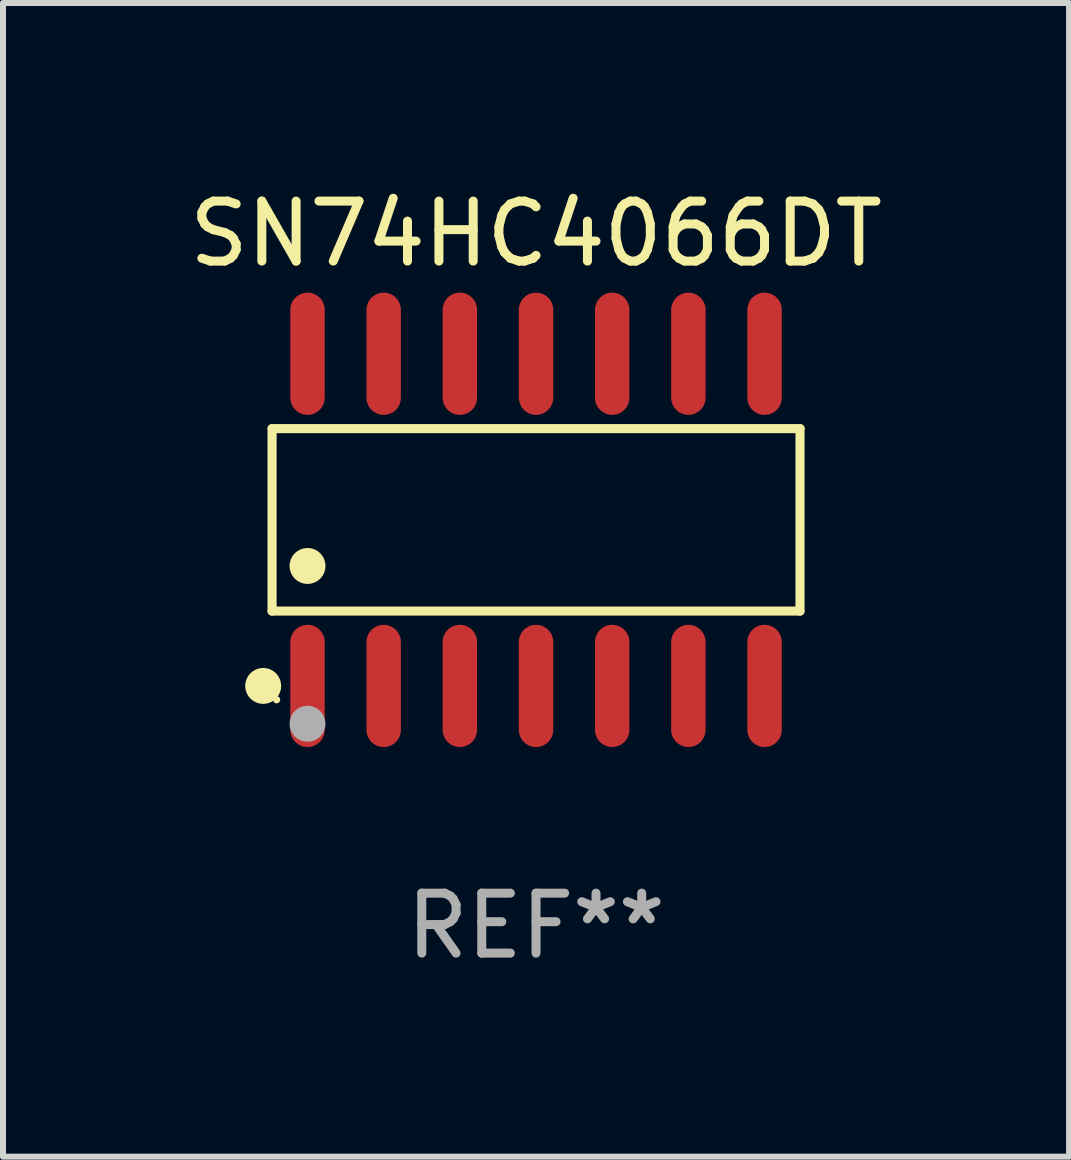
<source format=kicad_pcb>
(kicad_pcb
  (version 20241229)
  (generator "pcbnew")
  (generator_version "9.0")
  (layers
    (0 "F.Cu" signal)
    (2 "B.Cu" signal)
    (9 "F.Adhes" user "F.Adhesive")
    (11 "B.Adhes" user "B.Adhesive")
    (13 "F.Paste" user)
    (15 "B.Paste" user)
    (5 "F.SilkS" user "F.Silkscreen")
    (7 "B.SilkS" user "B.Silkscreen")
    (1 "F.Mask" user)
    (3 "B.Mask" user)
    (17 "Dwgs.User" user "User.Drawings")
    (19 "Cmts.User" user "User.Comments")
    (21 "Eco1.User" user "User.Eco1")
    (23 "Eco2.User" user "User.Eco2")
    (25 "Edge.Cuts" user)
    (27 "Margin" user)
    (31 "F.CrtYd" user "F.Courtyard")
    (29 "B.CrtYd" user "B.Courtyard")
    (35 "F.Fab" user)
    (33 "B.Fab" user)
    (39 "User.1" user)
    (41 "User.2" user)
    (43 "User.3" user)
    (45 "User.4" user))
  (footprint "SN74HC4066DT"
    (layer "F.Cu")
    (at 5.887 5.617)
    (property "Reference" "SN74HC4066DT" (at 0 -4.769 0) (layer "F.SilkS") (effects (font (size 1 1) (thickness 0.15))))
    (attr through_hole)
    (fp_line (start -4.401 -1.521) (end 4.401 -1.521) (stroke (width 0.152) (type solid)) (layer "F.SilkS"))
    (fp_line (start -4.401 1.521) (end -4.401 -1.521) (stroke (width 0.152) (type solid)) (layer "F.SilkS"))
    (fp_line (start 4.401 -1.521) (end 4.401 1.521) (stroke (width 0.152) (type solid)) (layer "F.SilkS"))
    (fp_line (start 4.401 1.521) (end -4.401 1.521) (stroke (width 0.152) (type solid)) (layer "F.SilkS"))
    (fp_circle (center -4.549 2.769) (end -4.399 2.769) (stroke (width 0.3) (type solid)) (fill no) (layer "F.SilkS"))
    (fp_circle (center -4.325 3) (end -4.295 3) (stroke (width 0.06) (type solid)) (fill no) (layer "F.SilkS"))
    (fp_circle (center -3.81 0.769) (end -3.66 0.769) (stroke (width 0.3) (type solid)) (fill no) (layer "F.SilkS"))
    (fp_circle (center -3.81 3.4) (end -3.66 3.4) (stroke (width 0.3) (type solid)) (fill no) (layer "F.Fab"))
    (fp_text user "REF**" (at 0 6.769 0) (layer "F.Fab") (effects (font (size 1 1) (thickness 0.15))))
    (pad "1" smd oval (at -3.81 2.769) (size 0.574 2.038) (layers "F.Cu" "F.Mask" "F.Paste"))
    (pad "2" smd oval (at -2.54 2.769) (size 0.574 2.038) (layers "F.Cu" "F.Mask" "F.Paste"))
    (pad "3" smd oval (at -1.27 2.769) (size 0.574 2.038) (layers "F.Cu" "F.Mask" "F.Paste"))
    (pad "4" smd oval (at 0 2.769) (size 0.574 2.038) (layers "F.Cu" "F.Mask" "F.Paste"))
    (pad "5" smd oval (at 1.27 2.769) (size 0.574 2.038) (layers "F.Cu" "F.Mask" "F.Paste"))
    (pad "6" smd oval (at 2.54 2.769) (size 0.574 2.038) (layers "F.Cu" "F.Mask" "F.Paste"))
    (pad "7" smd oval (at 3.81 2.769) (size 0.574 2.038) (layers "F.Cu" "F.Mask" "F.Paste"))
    (pad "8" smd oval (at 3.81 -2.769) (size 0.574 2.038) (layers "F.Cu" "F.Mask" "F.Paste"))
    (pad "9" smd oval (at 2.54 -2.769) (size 0.574 2.038) (layers "F.Cu" "F.Mask" "F.Paste"))
    (pad "10" smd oval (at 1.27 -2.769) (size 0.574 2.038) (layers "F.Cu" "F.Mask" "F.Paste"))
    (pad "11" smd oval (at 0 -2.769) (size 0.574 2.038) (layers "F.Cu" "F.Mask" "F.Paste"))
    (pad "12" smd oval (at -1.27 -2.769) (size 0.574 2.038) (layers "F.Cu" "F.Mask" "F.Paste"))
    (pad "13" smd oval (at -2.54 -2.769) (size 0.574 2.038) (layers "F.Cu" "F.Mask" "F.Paste"))
    (pad "14" smd oval (at -3.81 -2.769) (size 0.574 2.038) (layers "F.Cu" "F.Mask" "F.Paste")))
  (gr_rect
    (start -3 -3)
    (end 14.774 16.235)
    (stroke (width 0.1) (type default))
    (fill no)
    (layer "Edge.Cuts")))
</source>
